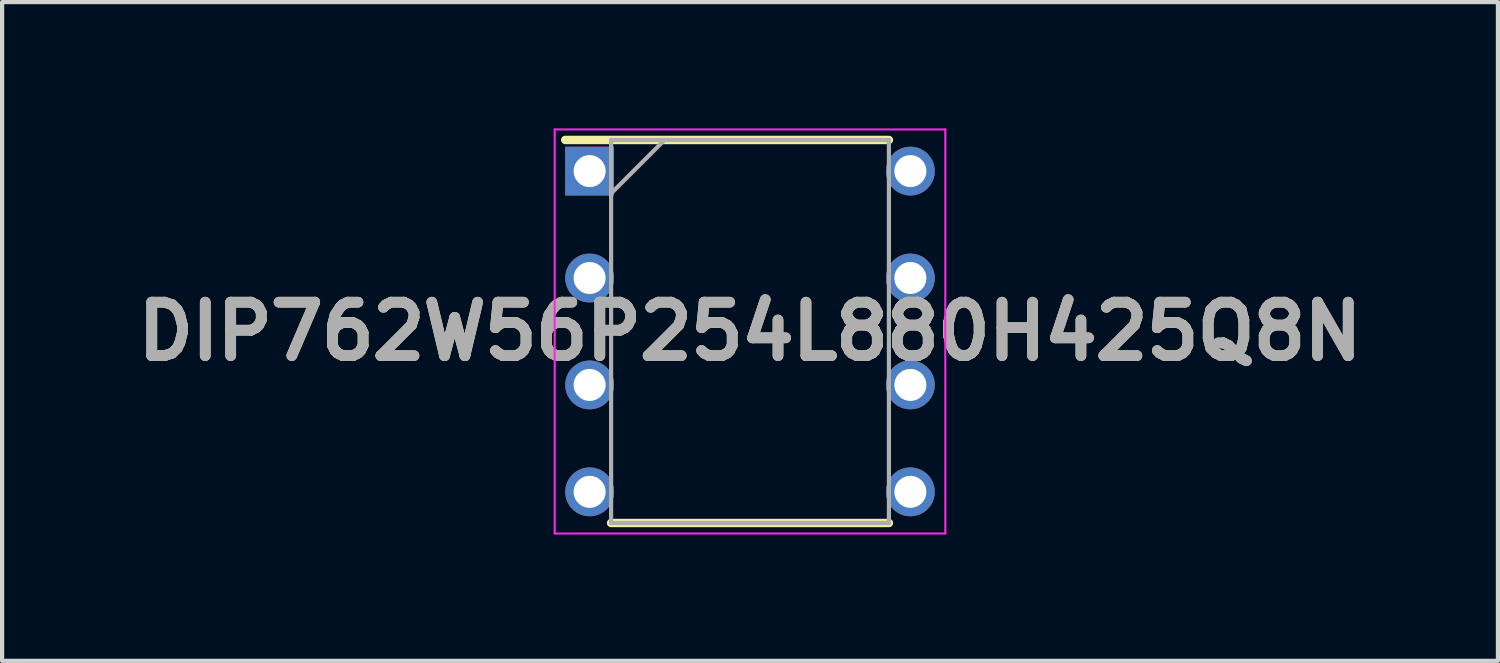
<source format=kicad_pcb>
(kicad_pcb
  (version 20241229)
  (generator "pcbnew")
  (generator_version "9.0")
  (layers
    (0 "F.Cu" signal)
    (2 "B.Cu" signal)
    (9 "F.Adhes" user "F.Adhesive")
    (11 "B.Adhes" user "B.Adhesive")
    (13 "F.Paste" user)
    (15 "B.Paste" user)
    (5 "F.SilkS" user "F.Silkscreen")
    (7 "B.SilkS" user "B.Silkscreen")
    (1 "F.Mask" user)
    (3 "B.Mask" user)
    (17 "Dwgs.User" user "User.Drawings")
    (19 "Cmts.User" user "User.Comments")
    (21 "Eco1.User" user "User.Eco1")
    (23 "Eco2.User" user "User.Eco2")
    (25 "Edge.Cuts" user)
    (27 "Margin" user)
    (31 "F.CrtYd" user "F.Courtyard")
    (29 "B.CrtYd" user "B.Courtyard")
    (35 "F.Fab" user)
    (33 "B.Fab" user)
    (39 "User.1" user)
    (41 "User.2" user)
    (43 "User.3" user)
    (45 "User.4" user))
  (footprint "DIP762W56P254L880H425Q8N"
    (layer "F.Cu")
    (at 14.768 4.825)
    (property "Reference" "DIP762W56P254L880H425Q8N" (at 0 0 0) (layer "F.SilkS") (effects (font (size 1.27 1.27) (thickness 0.254))))
    (attr through_hole)
    (fp_line (start -4.39 -4.55) (end 3.3 -4.55) (stroke (width 0.2) (type solid)) (layer "F.SilkS"))
    (fp_line (start -3.3 4.55) (end 3.3 4.55) (stroke (width 0.2) (type solid)) (layer "F.SilkS"))
    (fp_line (start -4.64 -4.8) (end 4.64 -4.8) (stroke (width 0.05) (type solid)) (layer "F.CrtYd"))
    (fp_line (start -4.64 4.8) (end -4.64 -4.8) (stroke (width 0.05) (type solid)) (layer "F.CrtYd"))
    (fp_line (start 4.64 -4.8) (end 4.64 4.8) (stroke (width 0.05) (type solid)) (layer "F.CrtYd"))
    (fp_line (start 4.64 4.8) (end -4.64 4.8) (stroke (width 0.05) (type solid)) (layer "F.CrtYd"))
    (fp_line (start -3.3 -4.55) (end 3.3 -4.55) (stroke (width 0.1) (type solid)) (layer "F.Fab"))
    (fp_line (start -3.3 -3.28) (end -2.03 -4.55) (stroke (width 0.1) (type solid)) (layer "F.Fab"))
    (fp_line (start -3.3 4.55) (end -3.3 -4.55) (stroke (width 0.1) (type solid)) (layer "F.Fab"))
    (fp_line (start 3.3 -4.55) (end 3.3 4.55) (stroke (width 0.1) (type solid)) (layer "F.Fab"))
    (fp_line (start 3.3 4.55) (end -3.3 4.55) (stroke (width 0.1) (type solid)) (layer "F.Fab"))
    (fp_text user "${REFERENCE}" (at 0 0 0) (layer "F.Fab") (effects (font (size 1.27 1.27) (thickness 0.254))))
    (pad "1" thru_hole rect (at -3.81 -3.81) (size 1.16 1.16) (drill 0.76) (layers "*.Cu" "*.Mask"))
    (pad "2" thru_hole circle (at -3.81 -1.27) (size 1.16 1.16) (drill 0.76) (layers "*.Cu" "*.Mask"))
    (pad "3" thru_hole circle (at -3.81 1.27) (size 1.16 1.16) (drill 0.76) (layers "*.Cu" "*.Mask"))
    (pad "4" thru_hole circle (at -3.81 3.81) (size 1.16 1.16) (drill 0.76) (layers "*.Cu" "*.Mask"))
    (pad "5" thru_hole circle (at 3.81 3.81) (size 1.16 1.16) (drill 0.76) (layers "*.Cu" "*.Mask"))
    (pad "6" thru_hole circle (at 3.81 1.27) (size 1.16 1.16) (drill 0.76) (layers "*.Cu" "*.Mask"))
    (pad "7" thru_hole circle (at 3.81 -1.27) (size 1.16 1.16) (drill 0.76) (layers "*.Cu" "*.Mask"))
    (pad "8" thru_hole circle (at 3.81 -3.81) (size 1.16 1.16) (drill 0.76) (layers "*.Cu" "*.Mask")))
  (gr_rect
    (start -3 -3)
    (end 32.537 12.65)
    (stroke (width 0.1) (type default))
    (fill no)
    (layer "Edge.Cuts")))
</source>
